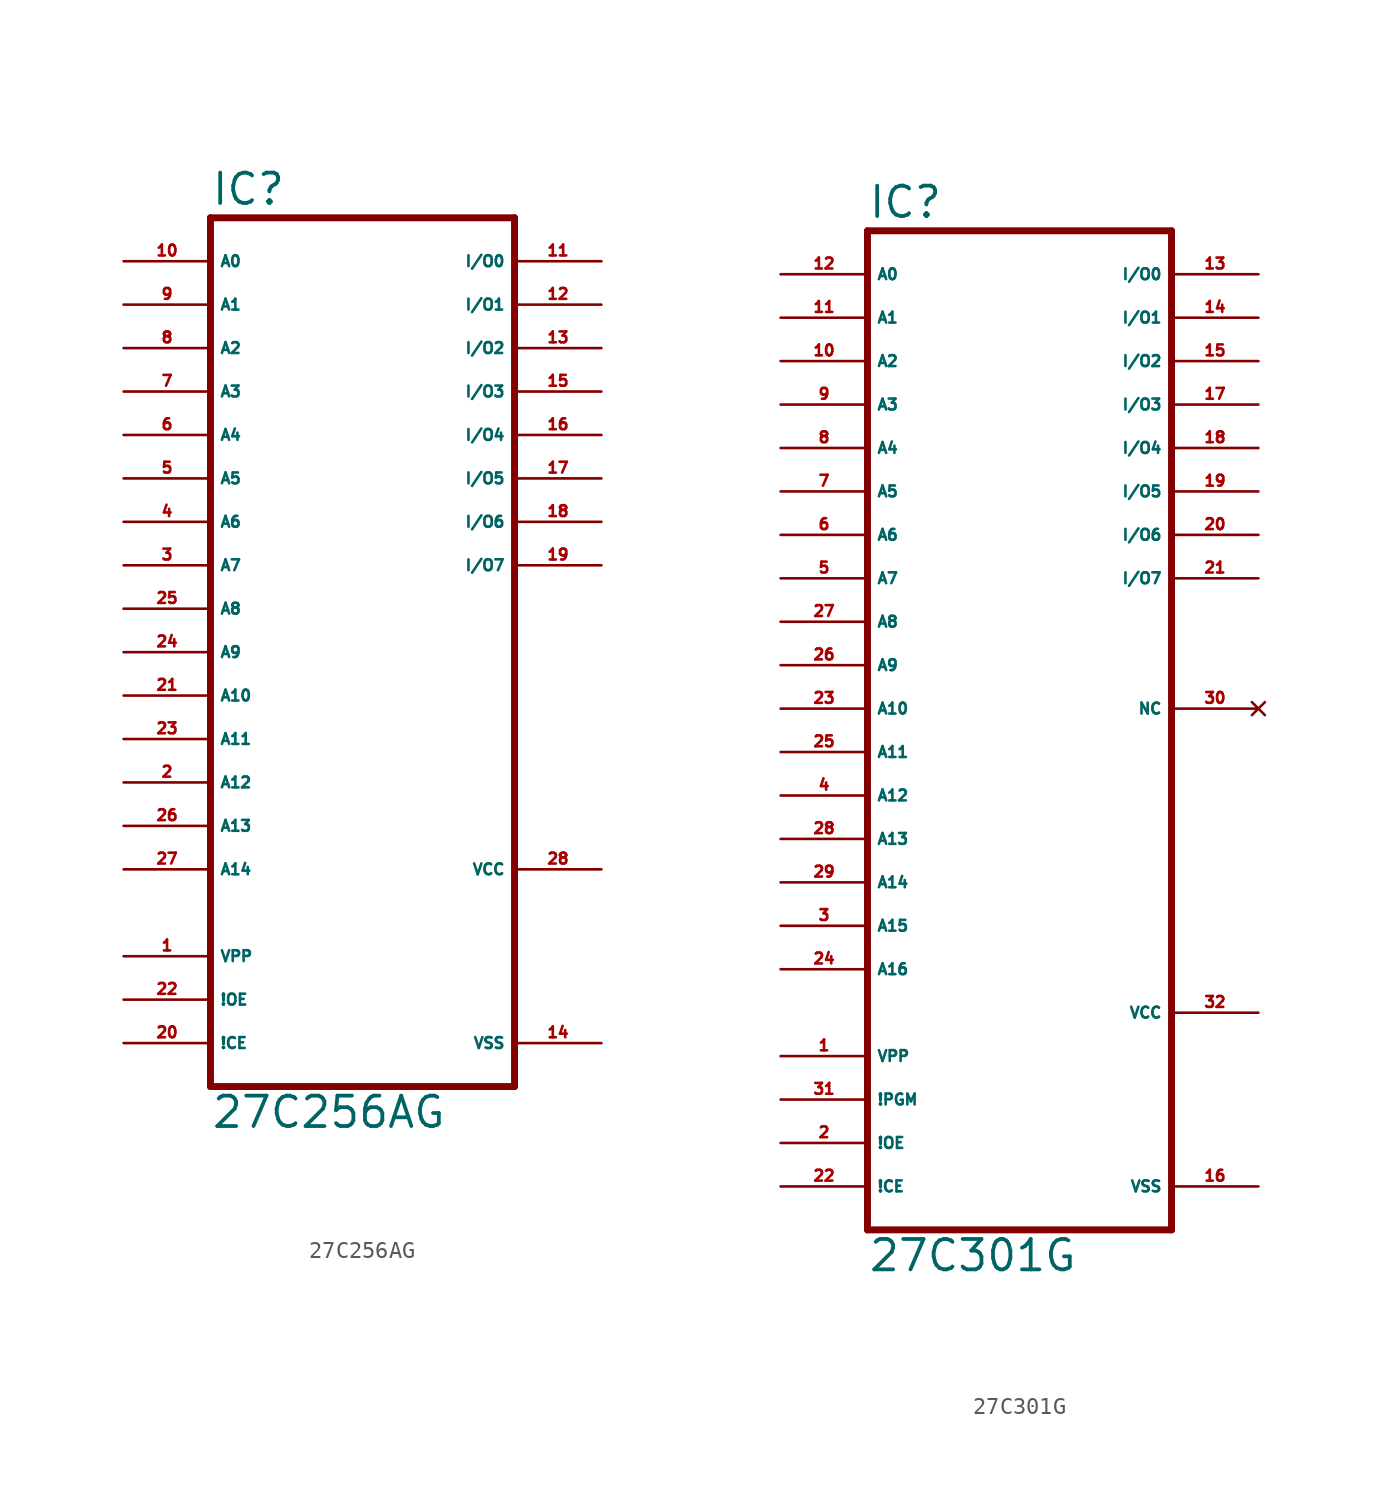
<source format=kicad_sym>
(kicad_symbol_lib
  (version 20220914)
  (generator Eagle2Kicad)
  (symbol "27C256AG"
    (property "Reference" "IC"
      (at -10.16 23.495 0)
      (effects (font (size 1.778 1.778) (thickness 0.22)) (justify left bottom)))
    (property "Value" "27C256AG"
      (at -10.16 -30.48 0)
      (effects (font (size 1.778 1.778) (thickness 0.22)) (justify left bottom)))
    (polyline
      (pts (xy -10.16 -27.94) (xy 7.62 -27.94))
      (stroke (width 0.406) (type default))
      (fill (type none)))
    (polyline
      (pts (xy 7.62 22.86) (xy 7.62 -27.94))
      (stroke (width 0.406) (type default))
      (fill (type none)))
    (polyline
      (pts (xy 7.62 22.86) (xy -10.16 22.86))
      (stroke (width 0.406) (type default))
      (fill (type none)))
    (polyline
      (pts (xy -10.16 -27.94) (xy -10.16 22.86))
      (stroke (width 0.406) (type default))
      (fill (type none)))
    (pin input line
      (at -15.24 20.32 0)
      (length 5.08)
      (name "A0" (effects (font (size 0.635 0.635) (thickness 0.08)) (justify left bottom)))
      (number "10" (effects (font (size 0.635 0.635) (thickness 0.08)) (justify left bottom))))
    (pin input line
      (at -15.24 17.78 0)
      (length 5.08)
      (name "A1" (effects (font (size 0.635 0.635) (thickness 0.08)) (justify left bottom)))
      (number "9" (effects (font (size 0.635 0.635) (thickness 0.08)) (justify left bottom))))
    (pin input line
      (at -15.24 12.7 0)
      (length 5.08)
      (name "A3" (effects (font (size 0.635 0.635) (thickness 0.08)) (justify left bottom)))
      (number "7" (effects (font (size 0.635 0.635) (thickness 0.08)) (justify left bottom))))
    (pin input line
      (at -15.24 15.24 0)
      (length 5.08)
      (name "A2" (effects (font (size 0.635 0.635) (thickness 0.08)) (justify left bottom)))
      (number "8" (effects (font (size 0.635 0.635) (thickness 0.08)) (justify left bottom))))
    (pin input line
      (at -15.24 10.16 0)
      (length 5.08)
      (name "A4" (effects (font (size 0.635 0.635) (thickness 0.08)) (justify left bottom)))
      (number "6" (effects (font (size 0.635 0.635) (thickness 0.08)) (justify left bottom))))
    (pin input line
      (at -15.24 7.62 0)
      (length 5.08)
      (name "A5" (effects (font (size 0.635 0.635) (thickness 0.08)) (justify left bottom)))
      (number "5" (effects (font (size 0.635 0.635) (thickness 0.08)) (justify left bottom))))
    (pin input line
      (at -15.24 5.08 0)
      (length 5.08)
      (name "A6" (effects (font (size 0.635 0.635) (thickness 0.08)) (justify left bottom)))
      (number "4" (effects (font (size 0.635 0.635) (thickness 0.08)) (justify left bottom))))
    (pin input line
      (at -15.24 2.54 0)
      (length 5.08)
      (name "A7" (effects (font (size 0.635 0.635) (thickness 0.08)) (justify left bottom)))
      (number "3" (effects (font (size 0.635 0.635) (thickness 0.08)) (justify left bottom))))
    (pin input line
      (at -15.24 0 0)
      (length 5.08)
      (name "A8" (effects (font (size 0.635 0.635) (thickness 0.08)) (justify left bottom)))
      (number "25" (effects (font (size 0.635 0.635) (thickness 0.08)) (justify left bottom))))
    (pin input line
      (at -15.24 -2.54 0)
      (length 5.08)
      (name "A9" (effects (font (size 0.635 0.635) (thickness 0.08)) (justify left bottom)))
      (number "24" (effects (font (size 0.635 0.635) (thickness 0.08)) (justify left bottom))))
    (pin input line
      (at -15.24 -5.08 0)
      (length 5.08)
      (name "A10" (effects (font (size 0.635 0.635) (thickness 0.08)) (justify left bottom)))
      (number "21" (effects (font (size 0.635 0.635) (thickness 0.08)) (justify left bottom))))
    (pin input line
      (at -15.24 -7.62 0)
      (length 5.08)
      (name "A11" (effects (font (size 0.635 0.635) (thickness 0.08)) (justify left bottom)))
      (number "23" (effects (font (size 0.635 0.635) (thickness 0.08)) (justify left bottom))))
    (pin input line
      (at -15.24 -10.16 0)
      (length 5.08)
      (name "A12" (effects (font (size 0.635 0.635) (thickness 0.08)) (justify left bottom)))
      (number "2" (effects (font (size 0.635 0.635) (thickness 0.08)) (justify left bottom))))
    (pin input line
      (at -15.24 -12.7 0)
      (length 5.08)
      (name "A13" (effects (font (size 0.635 0.635) (thickness 0.08)) (justify left bottom)))
      (number "26" (effects (font (size 0.635 0.635) (thickness 0.08)) (justify left bottom))))
    (pin input line
      (at -15.24 -15.24 0)
      (length 5.08)
      (name "A14" (effects (font (size 0.635 0.635) (thickness 0.08)) (justify left bottom)))
      (number "27" (effects (font (size 0.635 0.635) (thickness 0.08)) (justify left bottom))))
    (pin input line
      (at -15.24 -20.32 0)
      (length 5.08)
      (name "VPP" (effects (font (size 0.635 0.635) (thickness 0.08)) (justify left bottom)))
      (number "1" (effects (font (size 0.635 0.635) (thickness 0.08)) (justify left bottom))))
    (pin input line
      (at -15.24 -22.86 0)
      (length 5.08)
      (name "!OE" (effects (font (size 0.635 0.635) (thickness 0.08)) (justify left bottom)))
      (number "22" (effects (font (size 0.635 0.635) (thickness 0.08)) (justify left bottom))))
    (pin input line
      (at -15.24 -25.4 0)
      (length 5.08)
      (name "!CE" (effects (font (size 0.635 0.635) (thickness 0.08)) (justify left bottom)))
      (number "20" (effects (font (size 0.635 0.635) (thickness 0.08)) (justify left bottom))))
    (pin tri_state line
      (at 12.7 20.32 180)
      (length 5.08)
      (name "I/O0" (effects (font (size 0.635 0.635) (thickness 0.08)) (justify left bottom)))
      (number "11" (effects (font (size 0.635 0.635) (thickness 0.08)) (justify left bottom))))
    (pin tri_state line
      (at 12.7 17.78 180)
      (length 5.08)
      (name "I/O1" (effects (font (size 0.635 0.635) (thickness 0.08)) (justify left bottom)))
      (number "12" (effects (font (size 0.635 0.635) (thickness 0.08)) (justify left bottom))))
    (pin tri_state line
      (at 12.7 15.24 180)
      (length 5.08)
      (name "I/O2" (effects (font (size 0.635 0.635) (thickness 0.08)) (justify left bottom)))
      (number "13" (effects (font (size 0.635 0.635) (thickness 0.08)) (justify left bottom))))
    (pin tri_state line
      (at 12.7 12.7 180)
      (length 5.08)
      (name "I/O3" (effects (font (size 0.635 0.635) (thickness 0.08)) (justify left bottom)))
      (number "15" (effects (font (size 0.635 0.635) (thickness 0.08)) (justify left bottom))))
    (pin tri_state line
      (at 12.7 10.16 180)
      (length 5.08)
      (name "I/O4" (effects (font (size 0.635 0.635) (thickness 0.08)) (justify left bottom)))
      (number "16" (effects (font (size 0.635 0.635) (thickness 0.08)) (justify left bottom))))
    (pin tri_state line
      (at 12.7 7.62 180)
      (length 5.08)
      (name "I/O5" (effects (font (size 0.635 0.635) (thickness 0.08)) (justify left bottom)))
      (number "17" (effects (font (size 0.635 0.635) (thickness 0.08)) (justify left bottom))))
    (pin tri_state line
      (at 12.7 5.08 180)
      (length 5.08)
      (name "I/O6" (effects (font (size 0.635 0.635) (thickness 0.08)) (justify left bottom)))
      (number "18" (effects (font (size 0.635 0.635) (thickness 0.08)) (justify left bottom))))
    (pin tri_state line
      (at 12.7 2.54 180)
      (length 5.08)
      (name "I/O7" (effects (font (size 0.635 0.635) (thickness 0.08)) (justify left bottom)))
      (number "19" (effects (font (size 0.635 0.635) (thickness 0.08)) (justify left bottom))))
    (pin unspecified line
      (at 12.7 -25.4 180)
      (length 5.08)
      (name "VSS" (effects (font (size 0.635 0.635) (thickness 0.08)) (justify left bottom)))
      (number "14" (effects (font (size 0.635 0.635) (thickness 0.08)) (justify left bottom))))
    (pin unspecified line
      (at 12.7 -15.24 180)
      (length 5.08)
      (name "VCC" (effects (font (size 0.635 0.635) (thickness 0.08)) (justify left bottom)))
      (number "28" (effects (font (size 0.635 0.635) (thickness 0.08)) (justify left bottom)))))
  (symbol "27C301G"
    (property "Reference" "IC"
      (at -10.16 31.115 0)
      (effects (font (size 1.778 1.778) (thickness 0.22)) (justify left bottom)))
    (property "Value" "27C301G"
      (at -10.16 -30.48 0)
      (effects (font (size 1.778 1.778) (thickness 0.22)) (justify left bottom)))
    (polyline
      (pts (xy -10.16 -27.94) (xy 7.62 -27.94))
      (stroke (width 0.406) (type default))
      (fill (type none)))
    (polyline
      (pts (xy 7.62 30.48) (xy 7.62 -27.94))
      (stroke (width 0.406) (type default))
      (fill (type none)))
    (polyline
      (pts (xy 7.62 30.48) (xy -10.16 30.48))
      (stroke (width 0.406) (type default))
      (fill (type none)))
    (polyline
      (pts (xy -10.16 -27.94) (xy -10.16 30.48))
      (stroke (width 0.406) (type default))
      (fill (type none)))
    (pin input line
      (at -15.24 27.94 0)
      (length 5.08)
      (name "A0" (effects (font (size 0.635 0.635) (thickness 0.08)) (justify left bottom)))
      (number "12" (effects (font (size 0.635 0.635) (thickness 0.08)) (justify left bottom))))
    (pin input line
      (at -15.24 25.4 0)
      (length 5.08)
      (name "A1" (effects (font (size 0.635 0.635) (thickness 0.08)) (justify left bottom)))
      (number "11" (effects (font (size 0.635 0.635) (thickness 0.08)) (justify left bottom))))
    (pin input line
      (at -15.24 22.86 0)
      (length 5.08)
      (name "A2" (effects (font (size 0.635 0.635) (thickness 0.08)) (justify left bottom)))
      (number "10" (effects (font (size 0.635 0.635) (thickness 0.08)) (justify left bottom))))
    (pin input line
      (at -15.24 20.32 0)
      (length 5.08)
      (name "A3" (effects (font (size 0.635 0.635) (thickness 0.08)) (justify left bottom)))
      (number "9" (effects (font (size 0.635 0.635) (thickness 0.08)) (justify left bottom))))
    (pin input line
      (at -15.24 17.78 0)
      (length 5.08)
      (name "A4" (effects (font (size 0.635 0.635) (thickness 0.08)) (justify left bottom)))
      (number "8" (effects (font (size 0.635 0.635) (thickness 0.08)) (justify left bottom))))
    (pin input line
      (at -15.24 15.24 0)
      (length 5.08)
      (name "A5" (effects (font (size 0.635 0.635) (thickness 0.08)) (justify left bottom)))
      (number "7" (effects (font (size 0.635 0.635) (thickness 0.08)) (justify left bottom))))
    (pin input line
      (at -15.24 12.7 0)
      (length 5.08)
      (name "A6" (effects (font (size 0.635 0.635) (thickness 0.08)) (justify left bottom)))
      (number "6" (effects (font (size 0.635 0.635) (thickness 0.08)) (justify left bottom))))
    (pin input line
      (at -15.24 10.16 0)
      (length 5.08)
      (name "A7" (effects (font (size 0.635 0.635) (thickness 0.08)) (justify left bottom)))
      (number "5" (effects (font (size 0.635 0.635) (thickness 0.08)) (justify left bottom))))
    (pin input line
      (at -15.24 7.62 0)
      (length 5.08)
      (name "A8" (effects (font (size 0.635 0.635) (thickness 0.08)) (justify left bottom)))
      (number "27" (effects (font (size 0.635 0.635) (thickness 0.08)) (justify left bottom))))
    (pin input line
      (at -15.24 5.08 0)
      (length 5.08)
      (name "A9" (effects (font (size 0.635 0.635) (thickness 0.08)) (justify left bottom)))
      (number "26" (effects (font (size 0.635 0.635) (thickness 0.08)) (justify left bottom))))
    (pin input line
      (at -15.24 2.54 0)
      (length 5.08)
      (name "A10" (effects (font (size 0.635 0.635) (thickness 0.08)) (justify left bottom)))
      (number "23" (effects (font (size 0.635 0.635) (thickness 0.08)) (justify left bottom))))
    (pin input line
      (at -15.24 0 0)
      (length 5.08)
      (name "A11" (effects (font (size 0.635 0.635) (thickness 0.08)) (justify left bottom)))
      (number "25" (effects (font (size 0.635 0.635) (thickness 0.08)) (justify left bottom))))
    (pin input line
      (at -15.24 -2.54 0)
      (length 5.08)
      (name "A12" (effects (font (size 0.635 0.635) (thickness 0.08)) (justify left bottom)))
      (number "4" (effects (font (size 0.635 0.635) (thickness 0.08)) (justify left bottom))))
    (pin input line
      (at -15.24 -5.08 0)
      (length 5.08)
      (name "A13" (effects (font (size 0.635 0.635) (thickness 0.08)) (justify left bottom)))
      (number "28" (effects (font (size 0.635 0.635) (thickness 0.08)) (justify left bottom))))
    (pin input line
      (at -15.24 -7.62 0)
      (length 5.08)
      (name "A14" (effects (font (size 0.635 0.635) (thickness 0.08)) (justify left bottom)))
      (number "29" (effects (font (size 0.635 0.635) (thickness 0.08)) (justify left bottom))))
    (pin input line
      (at -15.24 -10.16 0)
      (length 5.08)
      (name "A15" (effects (font (size 0.635 0.635) (thickness 0.08)) (justify left bottom)))
      (number "3" (effects (font (size 0.635 0.635) (thickness 0.08)) (justify left bottom))))
    (pin input line
      (at -15.24 -12.7 0)
      (length 5.08)
      (name "A16" (effects (font (size 0.635 0.635) (thickness 0.08)) (justify left bottom)))
      (number "24" (effects (font (size 0.635 0.635) (thickness 0.08)) (justify left bottom))))
    (pin input line
      (at -15.24 -17.78 0)
      (length 5.08)
      (name "VPP" (effects (font (size 0.635 0.635) (thickness 0.08)) (justify left bottom)))
      (number "1" (effects (font (size 0.635 0.635) (thickness 0.08)) (justify left bottom))))
    (pin input line
      (at -15.24 -20.32 0)
      (length 5.08)
      (name "!PGM" (effects (font (size 0.635 0.635) (thickness 0.08)) (justify left bottom)))
      (number "31" (effects (font (size 0.635 0.635) (thickness 0.08)) (justify left bottom))))
    (pin input line
      (at -15.24 -22.86 0)
      (length 5.08)
      (name "!OE" (effects (font (size 0.635 0.635) (thickness 0.08)) (justify left bottom)))
      (number "2" (effects (font (size 0.635 0.635) (thickness 0.08)) (justify left bottom))))
    (pin input line
      (at -15.24 -25.4 0)
      (length 5.08)
      (name "!CE" (effects (font (size 0.635 0.635) (thickness 0.08)) (justify left bottom)))
      (number "22" (effects (font (size 0.635 0.635) (thickness 0.08)) (justify left bottom))))
    (pin tri_state line
      (at 12.7 27.94 180)
      (length 5.08)
      (name "I/O0" (effects (font (size 0.635 0.635) (thickness 0.08)) (justify left bottom)))
      (number "13" (effects (font (size 0.635 0.635) (thickness 0.08)) (justify left bottom))))
    (pin tri_state line
      (at 12.7 25.4 180)
      (length 5.08)
      (name "I/O1" (effects (font (size 0.635 0.635) (thickness 0.08)) (justify left bottom)))
      (number "14" (effects (font (size 0.635 0.635) (thickness 0.08)) (justify left bottom))))
    (pin tri_state line
      (at 12.7 22.86 180)
      (length 5.08)
      (name "I/O2" (effects (font (size 0.635 0.635) (thickness 0.08)) (justify left bottom)))
      (number "15" (effects (font (size 0.635 0.635) (thickness 0.08)) (justify left bottom))))
    (pin tri_state line
      (at 12.7 20.32 180)
      (length 5.08)
      (name "I/O3" (effects (font (size 0.635 0.635) (thickness 0.08)) (justify left bottom)))
      (number "17" (effects (font (size 0.635 0.635) (thickness 0.08)) (justify left bottom))))
    (pin tri_state line
      (at 12.7 17.78 180)
      (length 5.08)
      (name "I/O4" (effects (font (size 0.635 0.635) (thickness 0.08)) (justify left bottom)))
      (number "18" (effects (font (size 0.635 0.635) (thickness 0.08)) (justify left bottom))))
    (pin tri_state line
      (at 12.7 15.24 180)
      (length 5.08)
      (name "I/O5" (effects (font (size 0.635 0.635) (thickness 0.08)) (justify left bottom)))
      (number "19" (effects (font (size 0.635 0.635) (thickness 0.08)) (justify left bottom))))
    (pin tri_state line
      (at 12.7 12.7 180)
      (length 5.08)
      (name "I/O6" (effects (font (size 0.635 0.635) (thickness 0.08)) (justify left bottom)))
      (number "20" (effects (font (size 0.635 0.635) (thickness 0.08)) (justify left bottom))))
    (pin tri_state line
      (at 12.7 10.16 180)
      (length 5.08)
      (name "I/O7" (effects (font (size 0.635 0.635) (thickness 0.08)) (justify left bottom)))
      (number "21" (effects (font (size 0.635 0.635) (thickness 0.08)) (justify left bottom))))
    (pin unspecified line
      (at 12.7 -25.4 180)
      (length 5.08)
      (name "VSS" (effects (font (size 0.635 0.635) (thickness 0.08)) (justify left bottom)))
      (number "16" (effects (font (size 0.635 0.635) (thickness 0.08)) (justify left bottom))))
    (pin unspecified line
      (at 12.7 -15.24 180)
      (length 5.08)
      (name "VCC" (effects (font (size 0.635 0.635) (thickness 0.08)) (justify left bottom)))
      (number "32" (effects (font (size 0.635 0.635) (thickness 0.08)) (justify left bottom))))
    (pin no_connect line
      (at 12.7 2.54 180)
      (length 5.08)
      (name "NC" (effects (font (size 0.635 0.635) (thickness 0.08)) (justify left bottom) hide))
      (number "30" (effects (font (size 0.635 0.635) (thickness 0.08)) (justify left bottom) hide)))))
</source>
